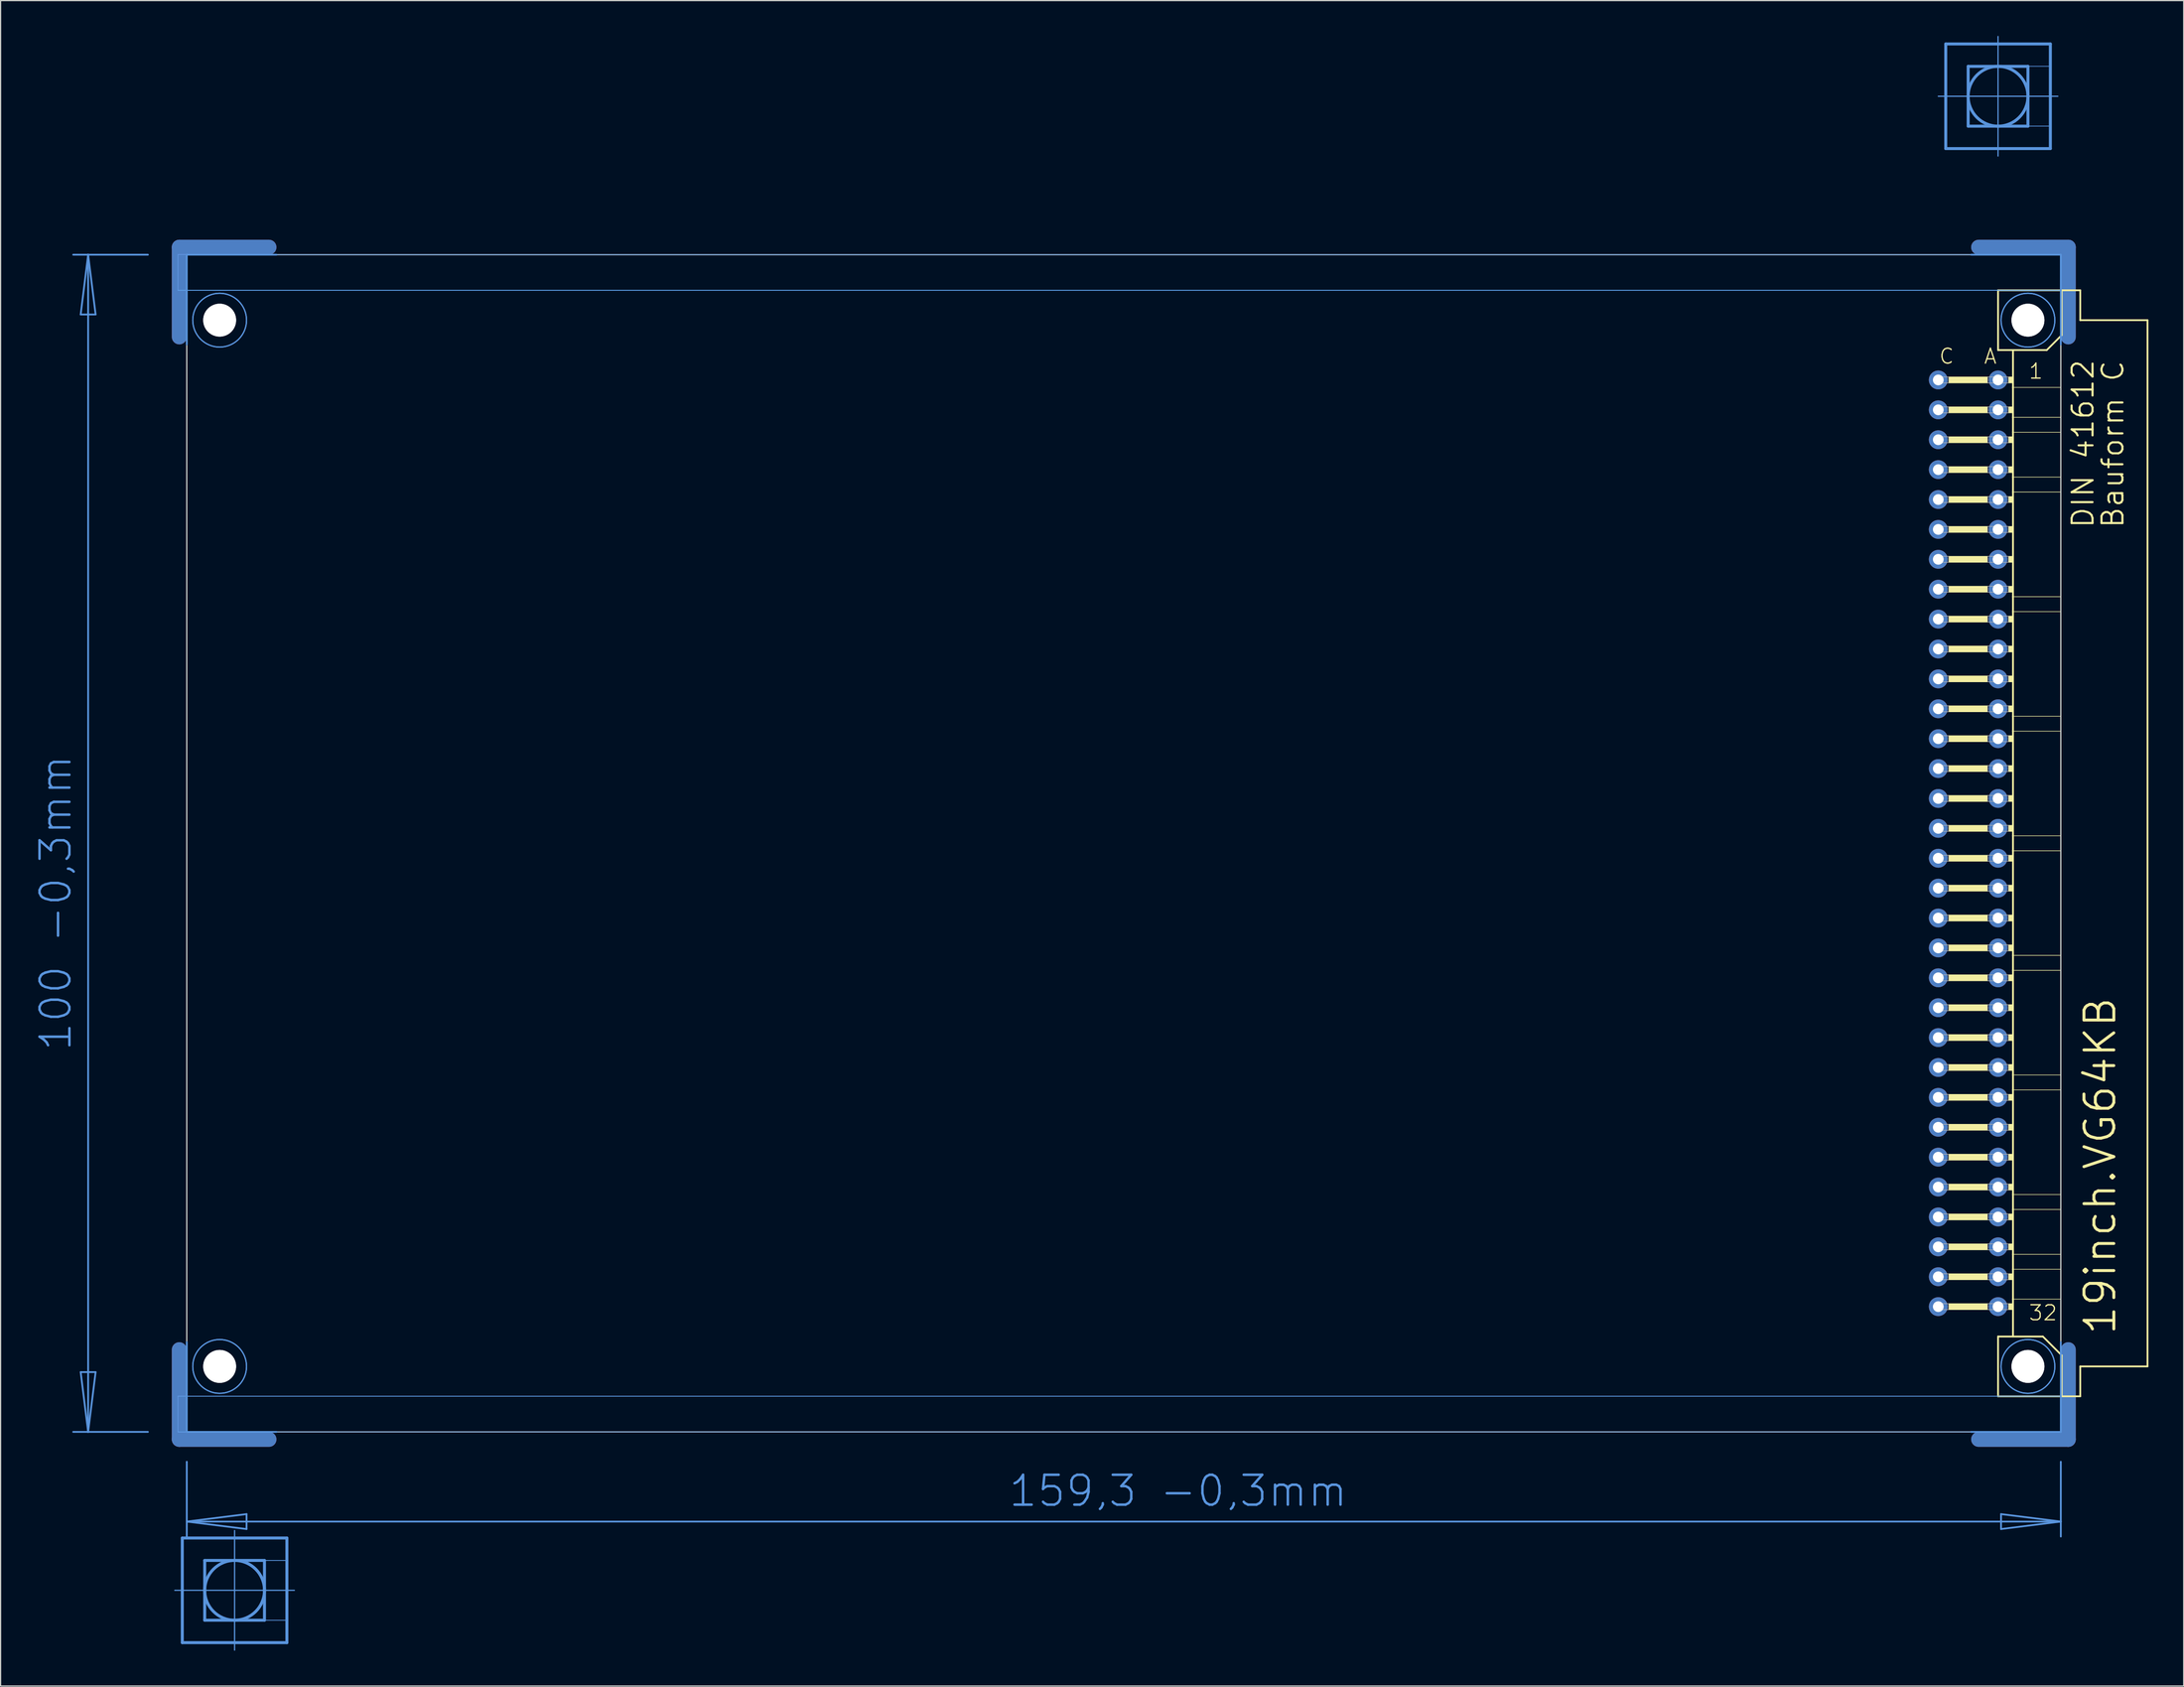
<source format=kicad_pcb>
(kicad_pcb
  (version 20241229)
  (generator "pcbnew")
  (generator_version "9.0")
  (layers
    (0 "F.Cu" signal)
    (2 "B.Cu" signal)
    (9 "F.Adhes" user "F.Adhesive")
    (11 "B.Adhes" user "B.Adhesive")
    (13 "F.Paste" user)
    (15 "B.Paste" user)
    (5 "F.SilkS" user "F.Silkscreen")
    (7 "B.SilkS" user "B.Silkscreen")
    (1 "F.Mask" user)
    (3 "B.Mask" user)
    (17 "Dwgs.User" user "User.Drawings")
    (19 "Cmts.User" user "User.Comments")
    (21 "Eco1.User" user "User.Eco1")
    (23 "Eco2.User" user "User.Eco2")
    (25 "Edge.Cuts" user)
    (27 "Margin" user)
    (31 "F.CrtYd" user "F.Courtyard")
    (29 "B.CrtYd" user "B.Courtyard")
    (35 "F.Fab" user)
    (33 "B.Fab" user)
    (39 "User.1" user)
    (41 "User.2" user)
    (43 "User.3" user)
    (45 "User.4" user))
  (footprint "19inch.VG64KB"
    (layer "F.Cu")
    (at 11.806 68.605)
    (property "Reference" "19inch.VG64KB" (at 165.1 41.91 90) (layer "F.SilkS") (effects (font (size 2.54 2.54) (thickness 0.25)) (justify left bottom)))
    (attr through_hole)
    (fp_line (start 0.381 -43.028) (end 0.381 -50.648) (stroke (width 1.27) (type default)) (layer "F.Cu"))
    (fp_line (start 0.381 43.028) (end 0.381 50.648) (stroke (width 1.27) (type default)) (layer "F.Cu"))
    (fp_line (start 8.001 -50.648) (end 0.381 -50.648) (stroke (width 1.27) (type default)) (layer "F.Cu"))
    (fp_line (start 8.001 50.648) (end 0.381 50.648) (stroke (width 1.27) (type default)) (layer "F.Cu"))
    (fp_line (start 153.289 -50.648) (end 160.909 -50.648) (stroke (width 1.27) (type default)) (layer "F.Cu"))
    (fp_line (start 153.289 50.648) (end 160.909 50.648) (stroke (width 1.27) (type default)) (layer "F.Cu"))
    (fp_line (start 160.909 -43.028) (end 160.909 -50.648) (stroke (width 1.27) (type default)) (layer "F.Cu"))
    (fp_line (start 160.909 43.028) (end 160.909 50.648) (stroke (width 1.27) (type default)) (layer "F.Cu"))
    (fp_line (start 1.016 -42.393) (end 1.016 -50.013) (stroke (width 0.152) (type default)) (layer "F.Mask"))
    (fp_line (start 1.016 42.393) (end 1.016 50.013) (stroke (width 0.152) (type default)) (layer "F.Mask"))
    (fp_line (start 8.636 -50.013) (end 1.016 -50.013) (stroke (width 0.152) (type default)) (layer "F.Mask"))
    (fp_line (start 8.636 50.013) (end 1.016 50.013) (stroke (width 0.152) (type default)) (layer "F.Mask"))
    (fp_line (start 152.654 -50.013) (end 160.274 -50.013) (stroke (width 0.152) (type default)) (layer "F.Mask"))
    (fp_line (start 152.654 50.013) (end 160.274 50.013) (stroke (width 0.152) (type default)) (layer "F.Mask"))
    (fp_line (start 160.274 -42.393) (end 160.274 -50.013) (stroke (width 0.152) (type default)) (layer "F.Mask"))
    (fp_line (start 160.274 42.393) (end 160.274 50.013) (stroke (width 0.152) (type default)) (layer "F.Mask"))
    (fp_line (start 0.381 -43.028) (end 0.381 -50.648) (stroke (width 1.27) (type default)) (layer "B.Cu"))
    (fp_line (start 0.381 43.028) (end 0.381 50.648) (stroke (width 1.27) (type default)) (layer "B.Cu"))
    (fp_line (start 8.001 -50.648) (end 0.381 -50.648) (stroke (width 1.27) (type default)) (layer "B.Cu"))
    (fp_line (start 8.001 50.648) (end 0.381 50.648) (stroke (width 1.27) (type default)) (layer "B.Cu"))
    (fp_line (start 153.289 -50.648) (end 160.909 -50.648) (stroke (width 1.27) (type default)) (layer "B.Cu"))
    (fp_line (start 153.289 50.648) (end 160.909 50.648) (stroke (width 1.27) (type default)) (layer "B.Cu"))
    (fp_line (start 160.909 -43.028) (end 160.909 -50.648) (stroke (width 1.27) (type default)) (layer "B.Cu"))
    (fp_line (start 160.909 43.028) (end 160.909 50.648) (stroke (width 1.27) (type default)) (layer "B.Cu"))
    (fp_line (start 1.016 -50.013) (end 8.636 -50.013) (stroke (width 0.152) (type default)) (layer "B.Mask"))
    (fp_line (start 1.016 -42.393) (end 1.016 -50.013) (stroke (width 0.152) (type default)) (layer "B.Mask"))
    (fp_line (start 1.016 50.013) (end 1.016 42.393) (stroke (width 0.152) (type default)) (layer "B.Mask"))
    (fp_line (start 8.636 50.013) (end 1.016 50.013) (stroke (width 0.152) (type default)) (layer "B.Mask"))
    (fp_line (start 152.654 -50.013) (end 160.274 -50.013) (stroke (width 0.152) (type default)) (layer "B.Mask"))
    (fp_line (start 160.274 -50.013) (end 160.274 -42.393) (stroke (width 0.152) (type default)) (layer "B.Mask"))
    (fp_line (start 160.274 42.393) (end 160.274 50.013) (stroke (width 0.152) (type default)) (layer "B.Mask"))
    (fp_line (start 160.274 50.013) (end 152.654 50.013) (stroke (width 0.152) (type default)) (layer "B.Mask"))
    (fp_line (start 154.94 -46.99) (end 154.94 -41.91) (stroke (width 0.152) (type default)) (layer "F.SilkS"))
    (fp_line (start 154.94 -41.91) (end 156.21 -41.91) (stroke (width 0.152) (type default)) (layer "F.SilkS"))
    (fp_line (start 154.94 41.91) (end 154.94 46.99) (stroke (width 0.152) (type default)) (layer "F.SilkS"))
    (fp_line (start 154.94 41.91) (end 156.21 41.91) (stroke (width 0.152) (type default)) (layer "F.SilkS"))
    (fp_line (start 154.94 46.99) (end 160.35 46.99) (stroke (width 0.152) (type default)) (layer "F.SilkS"))
    (fp_line (start 156.21 -41.91) (end 156.21 -38.735) (stroke (width 0.152) (type default)) (layer "F.SilkS"))
    (fp_line (start 156.21 -41.91) (end 159.08 -41.91) (stroke (width 0.152) (type default)) (layer "F.SilkS"))
    (fp_line (start 156.21 -38.735) (end 156.21 -36.195) (stroke (width 0.152) (type default)) (layer "F.SilkS"))
    (fp_line (start 156.21 -36.195) (end 156.21 -34.925) (stroke (width 0.152) (type default)) (layer "F.SilkS"))
    (fp_line (start 156.21 -34.925) (end 156.21 -31.115) (stroke (width 0.152) (type default)) (layer "F.SilkS"))
    (fp_line (start 156.21 -31.115) (end 156.21 -29.845) (stroke (width 0.152) (type default)) (layer "F.SilkS"))
    (fp_line (start 156.21 -29.845) (end 156.21 -20.955) (stroke (width 0.152) (type default)) (layer "F.SilkS"))
    (fp_line (start 156.21 -20.955) (end 156.21 -19.685) (stroke (width 0.152) (type default)) (layer "F.SilkS"))
    (fp_line (start 156.21 -19.685) (end 156.21 -10.795) (stroke (width 0.152) (type default)) (layer "F.SilkS"))
    (fp_line (start 156.21 -10.795) (end 156.21 -9.525) (stroke (width 0.152) (type default)) (layer "F.SilkS"))
    (fp_line (start 156.21 -9.525) (end 156.21 -0.635) (stroke (width 0.152) (type default)) (layer "F.SilkS"))
    (fp_line (start 156.21 -0.635) (end 156.21 0.635) (stroke (width 0.152) (type default)) (layer "F.SilkS"))
    (fp_line (start 156.21 0.635) (end 156.21 9.525) (stroke (width 0.152) (type default)) (layer "F.SilkS"))
    (fp_line (start 156.21 9.525) (end 156.21 10.795) (stroke (width 0.152) (type default)) (layer "F.SilkS"))
    (fp_line (start 156.21 10.795) (end 156.21 19.685) (stroke (width 0.152) (type default)) (layer "F.SilkS"))
    (fp_line (start 156.21 19.685) (end 156.21 20.955) (stroke (width 0.152) (type default)) (layer "F.SilkS"))
    (fp_line (start 156.21 20.955) (end 156.21 29.845) (stroke (width 0.152) (type default)) (layer "F.SilkS"))
    (fp_line (start 156.21 29.845) (end 156.21 31.115) (stroke (width 0.152) (type default)) (layer "F.SilkS"))
    (fp_line (start 156.21 31.115) (end 156.21 34.925) (stroke (width 0.152) (type default)) (layer "F.SilkS"))
    (fp_line (start 156.21 34.925) (end 156.21 36.195) (stroke (width 0.152) (type default)) (layer "F.SilkS"))
    (fp_line (start 156.21 36.195) (end 156.21 38.735) (stroke (width 0.152) (type default)) (layer "F.SilkS"))
    (fp_line (start 156.21 38.735) (end 156.21 41.91) (stroke (width 0.152) (type default)) (layer "F.SilkS"))
    (fp_line (start 156.21 41.91) (end 158.75 41.91) (stroke (width 0.152) (type default)) (layer "F.SilkS"))
    (fp_line (start 159.08 -41.91) (end 160.35 -43.18) (stroke (width 0.152) (type default)) (layer "F.SilkS"))
    (fp_line (start 160.274 -38.735) (end 156.21 -38.735) (stroke (width 0.051) (type default)) (layer "F.SilkS"))
    (fp_line (start 160.274 -38.735) (end 160.274 -36.195) (stroke (width 0.051) (type default)) (layer "F.SilkS"))
    (fp_line (start 160.274 -36.195) (end 156.21 -36.195) (stroke (width 0.051) (type default)) (layer "F.SilkS"))
    (fp_line (start 160.274 -34.925) (end 156.21 -34.925) (stroke (width 0.051) (type default)) (layer "F.SilkS"))
    (fp_line (start 160.274 -34.925) (end 160.274 -31.115) (stroke (width 0.051) (type default)) (layer "F.SilkS"))
    (fp_line (start 160.274 -31.115) (end 156.21 -31.115) (stroke (width 0.051) (type default)) (layer "F.SilkS"))
    (fp_line (start 160.274 -29.845) (end 156.21 -29.845) (stroke (width 0.051) (type default)) (layer "F.SilkS"))
    (fp_line (start 160.274 -29.845) (end 160.274 -20.955) (stroke (width 0.051) (type default)) (layer "F.SilkS"))
    (fp_line (start 160.274 -20.955) (end 156.21 -20.955) (stroke (width 0.051) (type default)) (layer "F.SilkS"))
    (fp_line (start 160.274 -19.685) (end 156.21 -19.685) (stroke (width 0.051) (type default)) (layer "F.SilkS"))
    (fp_line (start 160.274 -19.685) (end 160.274 -10.795) (stroke (width 0.051) (type default)) (layer "F.SilkS"))
    (fp_line (start 160.274 -10.795) (end 156.21 -10.795) (stroke (width 0.051) (type default)) (layer "F.SilkS"))
    (fp_line (start 160.274 -9.525) (end 156.21 -9.525) (stroke (width 0.051) (type default)) (layer "F.SilkS"))
    (fp_line (start 160.274 -9.525) (end 160.274 -0.635) (stroke (width 0.051) (type default)) (layer "F.SilkS"))
    (fp_line (start 160.274 -0.635) (end 156.21 -0.635) (stroke (width 0.051) (type default)) (layer "F.SilkS"))
    (fp_line (start 160.274 0.635) (end 156.21 0.635) (stroke (width 0.051) (type default)) (layer "F.SilkS"))
    (fp_line (start 160.274 0.635) (end 160.274 9.525) (stroke (width 0.051) (type default)) (layer "F.SilkS"))
    (fp_line (start 160.274 9.525) (end 156.21 9.525) (stroke (width 0.051) (type default)) (layer "F.SilkS"))
    (fp_line (start 160.274 10.795) (end 156.21 10.795) (stroke (width 0.051) (type default)) (layer "F.SilkS"))
    (fp_line (start 160.274 10.795) (end 160.274 19.685) (stroke (width 0.051) (type default)) (layer "F.SilkS"))
    (fp_line (start 160.274 19.685) (end 156.21 19.685) (stroke (width 0.051) (type default)) (layer "F.SilkS"))
    (fp_line (start 160.274 20.955) (end 156.21 20.955) (stroke (width 0.051) (type default)) (layer "F.SilkS"))
    (fp_line (start 160.274 20.955) (end 160.274 29.845) (stroke (width 0.051) (type default)) (layer "F.SilkS"))
    (fp_line (start 160.274 29.845) (end 156.21 29.845) (stroke (width 0.051) (type default)) (layer "F.SilkS"))
    (fp_line (start 160.274 31.115) (end 156.21 31.115) (stroke (width 0.051) (type default)) (layer "F.SilkS"))
    (fp_line (start 160.274 31.115) (end 160.274 34.925) (stroke (width 0.051) (type default)) (layer "F.SilkS"))
    (fp_line (start 160.274 34.925) (end 156.21 34.925) (stroke (width 0.051) (type default)) (layer "F.SilkS"))
    (fp_line (start 160.274 36.195) (end 156.21 36.195) (stroke (width 0.051) (type default)) (layer "F.SilkS"))
    (fp_line (start 160.274 36.195) (end 160.274 38.735) (stroke (width 0.051) (type default)) (layer "F.SilkS"))
    (fp_line (start 160.274 38.735) (end 156.21 38.735) (stroke (width 0.051) (type default)) (layer "F.SilkS"))
    (fp_line (start 160.35 -46.99) (end 154.94 -46.99) (stroke (width 0.152) (type default)) (layer "F.SilkS"))
    (fp_line (start 160.35 -43.18) (end 160.35 -46.99) (stroke (width 0.152) (type default)) (layer "F.SilkS"))
    (fp_line (start 160.35 43.51) (end 158.75 41.91) (stroke (width 0.152) (type default)) (layer "F.SilkS"))
    (fp_line (start 160.35 43.51) (end 160.35 46.99) (stroke (width 0.152) (type default)) (layer "F.SilkS"))
    (fp_line (start 160.35 46.99) (end 161.925 46.99) (stroke (width 0.152) (type default)) (layer "F.SilkS"))
    (fp_line (start 161.925 -46.99) (end 160.35 -46.99) (stroke (width 0.152) (type default)) (layer "F.SilkS"))
    (fp_line (start 161.925 -44.45) (end 161.925 -46.99) (stroke (width 0.152) (type default)) (layer "F.SilkS"))
    (fp_line (start 161.925 44.45) (end 167.64 44.45) (stroke (width 0.152) (type default)) (layer "F.SilkS"))
    (fp_line (start 161.925 46.99) (end 161.925 44.45) (stroke (width 0.152) (type default)) (layer "F.SilkS"))
    (fp_line (start 167.64 -44.45) (end 161.925 -44.45) (stroke (width 0.152) (type default)) (layer "F.SilkS"))
    (fp_line (start 167.64 44.45) (end 167.64 -44.45) (stroke (width 0.152) (type default)) (layer "F.SilkS"))
    (fp_rect (start 150.749 -39.116) (end 154.051 -39.624) (stroke (width 0.05) (type default)) (fill yes) (layer "F.SilkS"))
    (fp_rect (start 150.749 -36.576) (end 154.051 -37.084) (stroke (width 0.05) (type default)) (fill yes) (layer "F.SilkS"))
    (fp_rect (start 150.749 -34.036) (end 154.051 -34.544) (stroke (width 0.05) (type default)) (fill yes) (layer "F.SilkS"))
    (fp_rect (start 150.749 -31.496) (end 154.051 -32.004) (stroke (width 0.05) (type default)) (fill yes) (layer "F.SilkS"))
    (fp_rect (start 150.749 -28.956) (end 154.051 -29.464) (stroke (width 0.05) (type default)) (fill yes) (layer "F.SilkS"))
    (fp_rect (start 150.749 -26.416) (end 154.051 -26.924) (stroke (width 0.05) (type default)) (fill yes) (layer "F.SilkS"))
    (fp_rect (start 150.749 -23.876) (end 154.051 -24.384) (stroke (width 0.05) (type default)) (fill yes) (layer "F.SilkS"))
    (fp_rect (start 150.749 -21.336) (end 154.051 -21.844) (stroke (width 0.05) (type default)) (fill yes) (layer "F.SilkS"))
    (fp_rect (start 150.749 -18.796) (end 154.051 -19.304) (stroke (width 0.05) (type default)) (fill yes) (layer "F.SilkS"))
    (fp_rect (start 150.749 -16.256) (end 154.051 -16.764) (stroke (width 0.05) (type default)) (fill yes) (layer "F.SilkS"))
    (fp_rect (start 150.749 -13.716) (end 154.051 -14.224) (stroke (width 0.05) (type default)) (fill yes) (layer "F.SilkS"))
    (fp_rect (start 150.749 -11.176) (end 154.051 -11.684) (stroke (width 0.05) (type default)) (fill yes) (layer "F.SilkS"))
    (fp_rect (start 150.749 -8.636) (end 154.051 -9.144) (stroke (width 0.05) (type default)) (fill yes) (layer "F.SilkS"))
    (fp_rect (start 150.749 -6.096) (end 154.051 -6.604) (stroke (width 0.05) (type default)) (fill yes) (layer "F.SilkS"))
    (fp_rect (start 150.749 -3.556) (end 154.051 -4.064) (stroke (width 0.05) (type default)) (fill yes) (layer "F.SilkS"))
    (fp_rect (start 150.749 -1.016) (end 154.051 -1.524) (stroke (width 0.05) (type default)) (fill yes) (layer "F.SilkS"))
    (fp_rect (start 150.749 1.524) (end 154.051 1.016) (stroke (width 0.05) (type default)) (fill yes) (layer "F.SilkS"))
    (fp_rect (start 150.749 4.064) (end 154.051 3.556) (stroke (width 0.05) (type default)) (fill yes) (layer "F.SilkS"))
    (fp_rect (start 150.749 6.604) (end 154.051 6.096) (stroke (width 0.05) (type default)) (fill yes) (layer "F.SilkS"))
    (fp_rect (start 150.749 9.144) (end 154.051 8.636) (stroke (width 0.05) (type default)) (fill yes) (layer "F.SilkS"))
    (fp_rect (start 150.749 11.684) (end 154.051 11.176) (stroke (width 0.05) (type default)) (fill yes) (layer "F.SilkS"))
    (fp_rect (start 150.749 14.224) (end 154.051 13.716) (stroke (width 0.05) (type default)) (fill yes) (layer "F.SilkS"))
    (fp_rect (start 150.749 16.764) (end 154.051 16.256) (stroke (width 0.05) (type default)) (fill yes) (layer "F.SilkS"))
    (fp_rect (start 150.749 19.304) (end 154.051 18.796) (stroke (width 0.05) (type default)) (fill yes) (layer "F.SilkS"))
    (fp_rect (start 150.749 21.844) (end 154.051 21.336) (stroke (width 0.05) (type default)) (fill yes) (layer "F.SilkS"))
    (fp_rect (start 150.749 24.384) (end 154.051 23.876) (stroke (width 0.05) (type default)) (fill yes) (layer "F.SilkS"))
    (fp_rect (start 150.749 26.924) (end 154.051 26.416) (stroke (width 0.05) (type default)) (fill yes) (layer "F.SilkS"))
    (fp_rect (start 150.749 29.464) (end 154.051 28.956) (stroke (width 0.05) (type default)) (fill yes) (layer "F.SilkS"))
    (fp_rect (start 150.749 32.004) (end 154.051 31.496) (stroke (width 0.05) (type default)) (fill yes) (layer "F.SilkS"))
    (fp_rect (start 150.749 34.544) (end 154.051 34.036) (stroke (width 0.05) (type default)) (fill yes) (layer "F.SilkS"))
    (fp_rect (start 150.749 37.084) (end 154.051 36.576) (stroke (width 0.05) (type default)) (fill yes) (layer "F.SilkS"))
    (fp_rect (start 150.749 39.624) (end 154.051 39.116) (stroke (width 0.05) (type default)) (fill yes) (layer "F.SilkS"))
    (fp_rect (start 155.829 -39.116) (end 156.21 -39.624) (stroke (width 0.05) (type default)) (fill yes) (layer "F.SilkS"))
    (fp_rect (start 155.829 -36.576) (end 156.21 -37.084) (stroke (width 0.05) (type default)) (fill yes) (layer "F.SilkS"))
    (fp_rect (start 155.829 -34.036) (end 156.21 -34.544) (stroke (width 0.05) (type default)) (fill yes) (layer "F.SilkS"))
    (fp_rect (start 155.829 -31.496) (end 156.21 -32.004) (stroke (width 0.05) (type default)) (fill yes) (layer "F.SilkS"))
    (fp_rect (start 155.829 -28.956) (end 156.21 -29.464) (stroke (width 0.05) (type default)) (fill yes) (layer "F.SilkS"))
    (fp_rect (start 155.829 -26.416) (end 156.21 -26.924) (stroke (width 0.05) (type default)) (fill yes) (layer "F.SilkS"))
    (fp_rect (start 155.829 -23.876) (end 156.21 -24.384) (stroke (width 0.05) (type default)) (fill yes) (layer "F.SilkS"))
    (fp_rect (start 155.829 -21.336) (end 156.21 -21.844) (stroke (width 0.05) (type default)) (fill yes) (layer "F.SilkS"))
    (fp_rect (start 155.829 -18.796) (end 156.21 -19.304) (stroke (width 0.05) (type default)) (fill yes) (layer "F.SilkS"))
    (fp_rect (start 155.829 -16.256) (end 156.21 -16.764) (stroke (width 0.05) (type default)) (fill yes) (layer "F.SilkS"))
    (fp_rect (start 155.829 -13.716) (end 156.21 -14.224) (stroke (width 0.05) (type default)) (fill yes) (layer "F.SilkS"))
    (fp_rect (start 155.829 -11.176) (end 156.21 -11.684) (stroke (width 0.05) (type default)) (fill yes) (layer "F.SilkS"))
    (fp_rect (start 155.829 -8.636) (end 156.21 -9.144) (stroke (width 0.05) (type default)) (fill yes) (layer "F.SilkS"))
    (fp_rect (start 155.829 -6.096) (end 156.21 -6.604) (stroke (width 0.05) (type default)) (fill yes) (layer "F.SilkS"))
    (fp_rect (start 155.829 -3.556) (end 156.21 -4.064) (stroke (width 0.05) (type default)) (fill yes) (layer "F.SilkS"))
    (fp_rect (start 155.829 -1.016) (end 156.21 -1.524) (stroke (width 0.05) (type default)) (fill yes) (layer "F.SilkS"))
    (fp_rect (start 155.829 1.524) (end 156.21 1.016) (stroke (width 0.05) (type default)) (fill yes) (layer "F.SilkS"))
    (fp_rect (start 155.829 4.064) (end 156.21 3.556) (stroke (width 0.05) (type default)) (fill yes) (layer "F.SilkS"))
    (fp_rect (start 155.829 6.604) (end 156.21 6.096) (stroke (width 0.05) (type default)) (fill yes) (layer "F.SilkS"))
    (fp_rect (start 155.829 9.144) (end 156.21 8.636) (stroke (width 0.05) (type default)) (fill yes) (layer "F.SilkS"))
    (fp_rect (start 155.829 11.684) (end 156.21 11.176) (stroke (width 0.05) (type default)) (fill yes) (layer "F.SilkS"))
    (fp_rect (start 155.829 14.224) (end 156.21 13.716) (stroke (width 0.05) (type default)) (fill yes) (layer "F.SilkS"))
    (fp_rect (start 155.829 16.764) (end 156.21 16.256) (stroke (width 0.05) (type default)) (fill yes) (layer "F.SilkS"))
    (fp_rect (start 155.829 19.304) (end 156.21 18.796) (stroke (width 0.05) (type default)) (fill yes) (layer "F.SilkS"))
    (fp_rect (start 155.829 21.844) (end 156.21 21.336) (stroke (width 0.05) (type default)) (fill yes) (layer "F.SilkS"))
    (fp_rect (start 155.829 24.384) (end 156.21 23.876) (stroke (width 0.05) (type default)) (fill yes) (layer "F.SilkS"))
    (fp_rect (start 155.829 26.924) (end 156.21 26.416) (stroke (width 0.05) (type default)) (fill yes) (layer "F.SilkS"))
    (fp_rect (start 155.829 29.464) (end 156.21 28.956) (stroke (width 0.05) (type default)) (fill yes) (layer "F.SilkS"))
    (fp_rect (start 155.829 32.004) (end 156.21 31.496) (stroke (width 0.05) (type default)) (fill yes) (layer "F.SilkS"))
    (fp_rect (start 155.829 34.544) (end 156.21 34.036) (stroke (width 0.05) (type default)) (fill yes) (layer "F.SilkS"))
    (fp_rect (start 155.829 37.084) (end 156.21 36.576) (stroke (width 0.05) (type default)) (fill yes) (layer "F.SilkS"))
    (fp_rect (start 155.829 39.624) (end 156.21 39.116) (stroke (width 0.05) (type default)) (fill yes) (layer "F.SilkS"))
    (fp_circle (center 157.48 -44.45) (end 158.75 -44.45) (stroke (width 0.152) (type default)) (fill no) (layer "F.SilkS"))
    (fp_circle (center 157.48 44.45) (end 158.75 44.45) (stroke (width 0.152) (type default)) (fill no) (layer "F.SilkS"))
    (fp_line (start -8.636 -50.013) (end -7.366 -50.013) (stroke (width 0.152) (type default)) (layer "Cmts.User"))
    (fp_line (start -8.636 50.013) (end -7.366 50.013) (stroke (width 0.152) (type default)) (layer "Cmts.User"))
    (fp_line (start -8.001 -44.933) (end -7.366 -50.013) (stroke (width 0.152) (type default)) (layer "Cmts.User"))
    (fp_line (start -8.001 44.933) (end -6.731 44.933) (stroke (width 0.152) (type default)) (layer "Cmts.User"))
    (fp_line (start -7.366 -50.013) (end -6.731 -44.933) (stroke (width 0.152) (type default)) (layer "Cmts.User"))
    (fp_line (start -7.366 -50.013) (end -2.286 -50.013) (stroke (width 0.152) (type default)) (layer "Cmts.User"))
    (fp_line (start -7.366 50.013) (end -8.001 44.933) (stroke (width 0.152) (type default)) (layer "Cmts.User"))
    (fp_line (start -7.366 50.013) (end -7.366 -50.013) (stroke (width 0.152) (type default)) (layer "Cmts.User"))
    (fp_line (start -7.366 50.013) (end -2.286 50.013) (stroke (width 0.152) (type default)) (layer "Cmts.User"))
    (fp_line (start -6.731 -44.933) (end -8.001 -44.933) (stroke (width 0.152) (type default)) (layer "Cmts.User"))
    (fp_line (start -6.731 44.933) (end -7.366 50.013) (stroke (width 0.152) (type default)) (layer "Cmts.User"))
    (fp_line (start 0 63.475) (end 0.635 63.475) (stroke (width 0.102) (type default)) (layer "Cmts.User"))
    (fp_line (start 0.635 59.03) (end 9.525 59.03) (stroke (width 0.254) (type default)) (layer "Cmts.User"))
    (fp_line (start 0.635 63.475) (end 0.635 59.03) (stroke (width 0.254) (type default)) (layer "Cmts.User"))
    (fp_line (start 0.635 63.475) (end 10.16 63.475) (stroke (width 0.102) (type default)) (layer "Cmts.User"))
    (fp_line (start 0.635 67.92) (end 0.635 63.475) (stroke (width 0.254) (type default)) (layer "Cmts.User"))
    (fp_line (start 1.016 -50.013) (end 8.636 -50.013) (stroke (width 0.152) (type default)) (layer "Cmts.User"))
    (fp_line (start 1.016 -42.393) (end 1.016 -50.013) (stroke (width 0.152) (type default)) (layer "Cmts.User"))
    (fp_line (start 1.016 50.013) (end 1.016 42.393) (stroke (width 0.152) (type default)) (layer "Cmts.User"))
    (fp_line (start 1.016 57.633) (end 1.016 52.553) (stroke (width 0.152) (type default)) (layer "Cmts.User"))
    (fp_line (start 1.016 57.633) (end 6.096 56.998) (stroke (width 0.152) (type default)) (layer "Cmts.User"))
    (fp_line (start 1.016 57.633) (end 160.274 57.633) (stroke (width 0.152) (type default)) (layer "Cmts.User"))
    (fp_line (start 1.016 58.903) (end 1.016 57.633) (stroke (width 0.152) (type default)) (layer "Cmts.User"))
    (fp_line (start 2.54 60.935) (end 2.54 66.015) (stroke (width 0.254) (type default)) (layer "Cmts.User"))
    (fp_line (start 2.54 66.015) (end 7.62 66.015) (stroke (width 0.254) (type default)) (layer "Cmts.User"))
    (fp_line (start 5.08 68.555) (end 5.08 58.395) (stroke (width 0.102) (type default)) (layer "Cmts.User"))
    (fp_line (start 6.096 56.998) (end 6.096 58.268) (stroke (width 0.152) (type default)) (layer "Cmts.User"))
    (fp_line (start 6.096 58.268) (end 1.016 57.633) (stroke (width 0.152) (type default)) (layer "Cmts.User"))
    (fp_line (start 7.62 60.935) (end 2.54 60.935) (stroke (width 0.254) (type default)) (layer "Cmts.User"))
    (fp_line (start 7.62 66.015) (end 7.62 60.935) (stroke (width 0.254) (type default)) (layer "Cmts.User"))
    (fp_line (start 8.636 50.013) (end 1.016 50.013) (stroke (width 0.152) (type default)) (layer "Cmts.User"))
    (fp_line (start 9.525 59.03) (end 9.525 67.92) (stroke (width 0.254) (type default)) (layer "Cmts.User"))
    (fp_line (start 9.525 67.92) (end 0.635 67.92) (stroke (width 0.254) (type default)) (layer "Cmts.User"))
    (fp_line (start 149.86 -63.475) (end 150.495 -63.475) (stroke (width 0.102) (type default)) (layer "Cmts.User"))
    (fp_line (start 150.495 -67.92) (end 159.385 -67.92) (stroke (width 0.254) (type default)) (layer "Cmts.User"))
    (fp_line (start 150.495 -63.475) (end 150.495 -67.92) (stroke (width 0.254) (type default)) (layer "Cmts.User"))
    (fp_line (start 150.495 -63.475) (end 160.02 -63.475) (stroke (width 0.102) (type default)) (layer "Cmts.User"))
    (fp_line (start 150.495 -59.03) (end 150.495 -63.475) (stroke (width 0.254) (type default)) (layer "Cmts.User"))
    (fp_line (start 152.4 -66.015) (end 152.4 -60.935) (stroke (width 0.254) (type default)) (layer "Cmts.User"))
    (fp_line (start 152.4 -60.935) (end 157.48 -60.935) (stroke (width 0.254) (type default)) (layer "Cmts.User"))
    (fp_line (start 152.654 -50.013) (end 160.274 -50.013) (stroke (width 0.152) (type default)) (layer "Cmts.User"))
    (fp_line (start 154.94 -58.395) (end 154.94 -68.555) (stroke (width 0.102) (type default)) (layer "Cmts.User"))
    (fp_line (start 155.194 56.998) (end 160.274 57.633) (stroke (width 0.152) (type default)) (layer "Cmts.User"))
    (fp_line (start 155.194 58.268) (end 155.194 56.998) (stroke (width 0.152) (type default)) (layer "Cmts.User"))
    (fp_line (start 157.48 -66.015) (end 152.4 -66.015) (stroke (width 0.254) (type default)) (layer "Cmts.User"))
    (fp_line (start 157.48 -60.935) (end 157.48 -66.015) (stroke (width 0.254) (type default)) (layer "Cmts.User"))
    (fp_line (start 159.385 -67.92) (end 159.385 -59.03) (stroke (width 0.254) (type default)) (layer "Cmts.User"))
    (fp_line (start 159.385 -59.03) (end 150.495 -59.03) (stroke (width 0.254) (type default)) (layer "Cmts.User"))
    (fp_line (start 160.274 -50.013) (end 160.274 -42.393) (stroke (width 0.152) (type default)) (layer "Cmts.User"))
    (fp_line (start 160.274 42.393) (end 160.274 50.013) (stroke (width 0.152) (type default)) (layer "Cmts.User"))
    (fp_line (start 160.274 50.013) (end 152.654 50.013) (stroke (width 0.152) (type default)) (layer "Cmts.User"))
    (fp_line (start 160.274 57.633) (end 155.194 58.268) (stroke (width 0.152) (type default)) (layer "Cmts.User"))
    (fp_line (start 160.274 57.633) (end 160.274 52.553) (stroke (width 0.152) (type default)) (layer "Cmts.User"))
    (fp_line (start 160.274 58.903) (end 160.274 57.633) (stroke (width 0.152) (type default)) (layer "Cmts.User"))
    (fp_rect (start 0.254 -46.99) (end 160.274 -50.013) (stroke (width 0.05) (type default)) (fill no) (layer "Cmts.User"))
    (fp_rect (start 0.254 50.013) (end 160.274 46.99) (stroke (width 0.05) (type default)) (fill no) (layer "Cmts.User"))
    (fp_rect (start 5.08 60.935) (end 9.525 59.03) (stroke (width 0.05) (type default)) (fill no) (layer "Cmts.User"))
    (fp_rect (start 5.08 67.92) (end 9.525 66.015) (stroke (width 0.05) (type default)) (fill no) (layer "Cmts.User"))
    (fp_rect (start 7.62 66.015) (end 9.525 60.935) (stroke (width 0.05) (type default)) (fill no) (layer "Cmts.User"))
    (fp_rect (start 154.94 -66.015) (end 159.385 -67.92) (stroke (width 0.05) (type default)) (fill no) (layer "Cmts.User"))
    (fp_rect (start 154.94 -59.03) (end 159.385 -60.935) (stroke (width 0.05) (type default)) (fill no) (layer "Cmts.User"))
    (fp_rect (start 157.48 -60.935) (end 159.385 -66.015) (stroke (width 0.05) (type default)) (fill no) (layer "Cmts.User"))
    (fp_circle (center 3.81 -44.45) (end 6.096 -44.45) (stroke (width 0.1) (type default)) (fill no) (layer "Cmts.User"))
    (fp_circle (center 3.81 -44.45) (end 6.096 -44.45) (stroke (width 0.1) (type default)) (fill no) (layer "Cmts.User"))
    (fp_circle (center 3.81 44.45) (end 6.096 44.45) (stroke (width 0.1) (type default)) (fill no) (layer "Cmts.User"))
    (fp_circle (center 3.81 44.45) (end 6.096 44.45) (stroke (width 0.1) (type default)) (fill no) (layer "Cmts.User"))
    (fp_circle (center 5.08 63.475) (end 7.62 63.475) (stroke (width 0.254) (type default)) (fill no) (layer "Cmts.User"))
    (fp_circle (center 154.94 -63.475) (end 157.48 -63.475) (stroke (width 0.254) (type default)) (fill no) (layer "Cmts.User"))
    (fp_circle (center 157.48 -44.45) (end 159.766 -44.45) (stroke (width 0.1) (type default)) (fill no) (layer "Cmts.User"))
    (fp_circle (center 157.48 -44.45) (end 159.766 -44.45) (stroke (width 0.1) (type default)) (fill no) (layer "Cmts.User"))
    (fp_circle (center 157.48 44.45) (end 159.766 44.45) (stroke (width 0.1) (type default)) (fill no) (layer "Cmts.User"))
    (fp_circle (center 157.48 44.45) (end 159.766 44.45) (stroke (width 0.1) (type default)) (fill no) (layer "Cmts.User"))
    (fp_line (start 1.016 -50.013) (end 1.016 50.013) (stroke (width 0.1) (type default)) (layer "Edge.Cuts"))
    (fp_line (start 1.016 50.013) (end 160.274 50.013) (stroke (width 0.1) (type default)) (layer "Edge.Cuts"))
    (fp_line (start 160.274 -50.013) (end 1.016 -50.013) (stroke (width 0.1) (type default)) (layer "Edge.Cuts"))
    (fp_line (start 160.274 50.013) (end 160.274 -50.013) (stroke (width 0.1) (type default)) (layer "Edge.Cuts"))
    (fp_line (start 1.016 -46.99) (end 1.016 -50.013) (stroke (width 0.051) (type default)) (layer "B.CrtYd"))
    (fp_line (start 1.016 46.99) (end 1.016 50.013) (stroke (width 0.051) (type default)) (layer "B.CrtYd"))
    (fp_line (start 160.274 -50.013) (end 160.274 -46.99) (stroke (width 0.051) (type default)) (layer "B.CrtYd"))
    (fp_line (start 160.274 50.013) (end 160.274 46.99) (stroke (width 0.051) (type default)) (layer "B.CrtYd"))
    (fp_rect (start 0.254 -46.99) (end 160.274 -50.013) (stroke (width 0.05) (type default)) (fill no) (layer "B.CrtYd"))
    (fp_rect (start 0.254 50.013) (end 160.274 46.99) (stroke (width 0.05) (type default)) (fill no) (layer "B.CrtYd"))
    (fp_line (start 1.016 -46.99) (end 1.016 -50.013) (stroke (width 0.051) (type default)) (layer "F.CrtYd"))
    (fp_line (start 1.016 46.99) (end 1.016 50.013) (stroke (width 0.051) (type default)) (layer "F.CrtYd"))
    (fp_line (start 160.274 -50.013) (end 160.274 -46.99) (stroke (width 0.051) (type default)) (layer "F.CrtYd"))
    (fp_line (start 160.274 50.013) (end 160.274 46.99) (stroke (width 0.051) (type default)) (layer "F.CrtYd"))
    (fp_rect (start 0.254 -46.99) (end 160.274 -50.013) (stroke (width 0.05) (type default)) (fill no) (layer "F.CrtYd"))
    (fp_rect (start 0.254 50.013) (end 160.274 46.99) (stroke (width 0.05) (type default)) (fill no) (layer "F.CrtYd"))
    (fp_rect (start 149.606 -39.116) (end 150.749 -39.624) (stroke (width 0.05) (type default)) (fill no) (layer "F.Fab"))
    (fp_rect (start 149.606 -36.576) (end 150.749 -37.084) (stroke (width 0.05) (type default)) (fill no) (layer "F.Fab"))
    (fp_rect (start 149.606 -34.036) (end 150.749 -34.544) (stroke (width 0.05) (type default)) (fill no) (layer "F.Fab"))
    (fp_rect (start 149.606 -31.496) (end 150.749 -32.004) (stroke (width 0.05) (type default)) (fill no) (layer "F.Fab"))
    (fp_rect (start 149.606 -28.956) (end 150.749 -29.464) (stroke (width 0.05) (type default)) (fill no) (layer "F.Fab"))
    (fp_rect (start 149.606 -26.416) (end 150.749 -26.924) (stroke (width 0.05) (type default)) (fill no) (layer "F.Fab"))
    (fp_rect (start 149.606 -23.876) (end 150.749 -24.384) (stroke (width 0.05) (type default)) (fill no) (layer "F.Fab"))
    (fp_rect (start 149.606 -21.336) (end 150.749 -21.844) (stroke (width 0.05) (type default)) (fill no) (layer "F.Fab"))
    (fp_rect (start 149.606 -18.796) (end 150.749 -19.304) (stroke (width 0.05) (type default)) (fill no) (layer "F.Fab"))
    (fp_rect (start 149.606 -16.256) (end 150.749 -16.764) (stroke (width 0.05) (type default)) (fill no) (layer "F.Fab"))
    (fp_rect (start 149.606 -13.716) (end 150.749 -14.224) (stroke (width 0.05) (type default)) (fill no) (layer "F.Fab"))
    (fp_rect (start 149.606 -11.176) (end 150.749 -11.684) (stroke (width 0.05) (type default)) (fill no) (layer "F.Fab"))
    (fp_rect (start 149.606 -8.636) (end 150.749 -9.144) (stroke (width 0.05) (type default)) (fill no) (layer "F.Fab"))
    (fp_rect (start 149.606 -6.096) (end 150.749 -6.604) (stroke (width 0.05) (type default)) (fill no) (layer "F.Fab"))
    (fp_rect (start 149.606 -3.556) (end 150.749 -4.064) (stroke (width 0.05) (type default)) (fill no) (layer "F.Fab"))
    (fp_rect (start 149.606 -1.016) (end 150.749 -1.524) (stroke (width 0.05) (type default)) (fill no) (layer "F.Fab"))
    (fp_rect (start 149.606 1.524) (end 150.749 1.016) (stroke (width 0.05) (type default)) (fill no) (layer "F.Fab"))
    (fp_rect (start 149.606 4.064) (end 150.749 3.556) (stroke (width 0.05) (type default)) (fill no) (layer "F.Fab"))
    (fp_rect (start 149.606 6.604) (end 150.749 6.096) (stroke (width 0.05) (type default)) (fill no) (layer "F.Fab"))
    (fp_rect (start 149.606 9.144) (end 150.749 8.636) (stroke (width 0.05) (type default)) (fill no) (layer "F.Fab"))
    (fp_rect (start 149.606 11.684) (end 150.749 11.176) (stroke (width 0.05) (type default)) (fill no) (layer "F.Fab"))
    (fp_rect (start 149.606 14.224) (end 150.749 13.716) (stroke (width 0.05) (type default)) (fill no) (layer "F.Fab"))
    (fp_rect (start 149.606 16.764) (end 150.749 16.256) (stroke (width 0.05) (type default)) (fill no) (layer "F.Fab"))
    (fp_rect (start 149.606 19.304) (end 150.749 18.796) (stroke (width 0.05) (type default)) (fill no) (layer "F.Fab"))
    (fp_rect (start 149.606 21.844) (end 150.749 21.336) (stroke (width 0.05) (type default)) (fill no) (layer "F.Fab"))
    (fp_rect (start 149.606 24.384) (end 150.749 23.876) (stroke (width 0.05) (type default)) (fill no) (layer "F.Fab"))
    (fp_rect (start 149.606 26.924) (end 150.749 26.416) (stroke (width 0.05) (type default)) (fill no) (layer "F.Fab"))
    (fp_rect (start 149.606 29.464) (end 150.749 28.956) (stroke (width 0.05) (type default)) (fill no) (layer "F.Fab"))
    (fp_rect (start 149.606 32.004) (end 150.749 31.496) (stroke (width 0.05) (type default)) (fill no) (layer "F.Fab"))
    (fp_rect (start 149.606 34.544) (end 150.749 34.036) (stroke (width 0.05) (type default)) (fill no) (layer "F.Fab"))
    (fp_rect (start 149.606 37.084) (end 150.749 36.576) (stroke (width 0.05) (type default)) (fill no) (layer "F.Fab"))
    (fp_rect (start 149.606 39.624) (end 150.749 39.116) (stroke (width 0.05) (type default)) (fill no) (layer "F.Fab"))
    (fp_rect (start 154.051 -39.116) (end 155.829 -39.624) (stroke (width 0.05) (type default)) (fill no) (layer "F.Fab"))
    (fp_rect (start 154.051 -36.576) (end 155.829 -37.084) (stroke (width 0.05) (type default)) (fill no) (layer "F.Fab"))
    (fp_rect (start 154.051 -34.036) (end 155.829 -34.544) (stroke (width 0.05) (type default)) (fill no) (layer "F.Fab"))
    (fp_rect (start 154.051 -31.496) (end 155.829 -32.004) (stroke (width 0.05) (type default)) (fill no) (layer "F.Fab"))
    (fp_rect (start 154.051 -28.956) (end 155.829 -29.464) (stroke (width 0.05) (type default)) (fill no) (layer "F.Fab"))
    (fp_rect (start 154.051 -26.416) (end 155.829 -26.924) (stroke (width 0.05) (type default)) (fill no) (layer "F.Fab"))
    (fp_rect (start 154.051 -23.876) (end 155.829 -24.384) (stroke (width 0.05) (type default)) (fill no) (layer "F.Fab"))
    (fp_rect (start 154.051 -21.336) (end 155.829 -21.844) (stroke (width 0.05) (type default)) (fill no) (layer "F.Fab"))
    (fp_rect (start 154.051 -18.796) (end 155.829 -19.304) (stroke (width 0.05) (type default)) (fill no) (layer "F.Fab"))
    (fp_rect (start 154.051 -16.256) (end 155.829 -16.764) (stroke (width 0.05) (type default)) (fill no) (layer "F.Fab"))
    (fp_rect (start 154.051 -13.716) (end 155.829 -14.224) (stroke (width 0.05) (type default)) (fill no) (layer "F.Fab"))
    (fp_rect (start 154.051 -11.176) (end 155.829 -11.684) (stroke (width 0.05) (type default)) (fill no) (layer "F.Fab"))
    (fp_rect (start 154.051 -8.636) (end 155.829 -9.144) (stroke (width 0.05) (type default)) (fill no) (layer "F.Fab"))
    (fp_rect (start 154.051 -6.096) (end 155.829 -6.604) (stroke (width 0.05) (type default)) (fill no) (layer "F.Fab"))
    (fp_rect (start 154.051 -3.556) (end 155.829 -4.064) (stroke (width 0.05) (type default)) (fill no) (layer "F.Fab"))
    (fp_rect (start 154.051 -1.016) (end 155.829 -1.524) (stroke (width 0.05) (type default)) (fill no) (layer "F.Fab"))
    (fp_rect (start 154.051 1.524) (end 155.829 1.016) (stroke (width 0.05) (type default)) (fill no) (layer "F.Fab"))
    (fp_rect (start 154.051 4.064) (end 155.829 3.556) (stroke (width 0.05) (type default)) (fill no) (layer "F.Fab"))
    (fp_rect (start 154.051 6.604) (end 155.829 6.096) (stroke (width 0.05) (type default)) (fill no) (layer "F.Fab"))
    (fp_rect (start 154.051 9.144) (end 155.829 8.636) (stroke (width 0.05) (type default)) (fill no) (layer "F.Fab"))
    (fp_rect (start 154.051 11.684) (end 155.829 11.176) (stroke (width 0.05) (type default)) (fill no) (layer "F.Fab"))
    (fp_rect (start 154.051 14.224) (end 155.829 13.716) (stroke (width 0.05) (type default)) (fill no) (layer "F.Fab"))
    (fp_rect (start 154.051 16.764) (end 155.829 16.256) (stroke (width 0.05) (type default)) (fill no) (layer "F.Fab"))
    (fp_rect (start 154.051 19.304) (end 155.829 18.796) (stroke (width 0.05) (type default)) (fill no) (layer "F.Fab"))
    (fp_rect (start 154.051 21.844) (end 155.829 21.336) (stroke (width 0.05) (type default)) (fill no) (layer "F.Fab"))
    (fp_rect (start 154.051 24.384) (end 155.829 23.876) (stroke (width 0.05) (type default)) (fill no) (layer "F.Fab"))
    (fp_rect (start 154.051 26.924) (end 155.829 26.416) (stroke (width 0.05) (type default)) (fill no) (layer "F.Fab"))
    (fp_rect (start 154.051 29.464) (end 155.829 28.956) (stroke (width 0.05) (type default)) (fill no) (layer "F.Fab"))
    (fp_rect (start 154.051 32.004) (end 155.829 31.496) (stroke (width 0.05) (type default)) (fill no) (layer "F.Fab"))
    (fp_rect (start 154.051 34.544) (end 155.829 34.036) (stroke (width 0.05) (type default)) (fill no) (layer "F.Fab"))
    (fp_rect (start 154.051 37.084) (end 155.829 36.576) (stroke (width 0.05) (type default)) (fill no) (layer "F.Fab"))
    (fp_rect (start 154.051 39.624) (end 155.829 39.116) (stroke (width 0.05) (type default)) (fill no) (layer "F.Fab"))
    (fp_text user "DIN 41612" (at 163.195 -26.67 90) (layer "F.SilkS") (effects (font (size 1.778 1.778) (thickness 0.18)) (justify left bottom)))
    (fp_text user "C" (at 149.86 -40.64 0) (layer "F.SilkS") (effects (font (size 1.27 1.27) (thickness 0.11)) (justify left bottom)))
    (fp_text user "32" (at 157.48 40.64 0) (layer "F.SilkS") (effects (font (size 1.27 1.27) (thickness 0.11)) (justify left bottom)))
    (fp_text user "A" (at 153.67 -40.64 0) (layer "F.SilkS") (effects (font (size 1.27 1.27) (thickness 0.11)) (justify left bottom)))
    (fp_text user "1" (at 157.48 -39.37 0) (layer "F.SilkS") (effects (font (size 1.27 1.27) (thickness 0.11)) (justify left bottom)))
    (fp_text user "Bauform C" (at 165.735 -26.67 90) (layer "F.SilkS") (effects (font (size 1.778 1.778) (thickness 0.18)) (justify left bottom)))
    (fp_text user "159,3 -0,3mm" (at 70.739 56.515 0) (layer "Cmts.User") (effects (font (size 2.54 2.54) (thickness 0.21)) (justify left bottom)))
    (fp_text user "100 -0,3mm" (at -8.636 17.78 90) (layer "Cmts.User") (effects (font (size 2.54 2.54) (thickness 0.21)) (justify left bottom)))
    (pad "" np_thru_hole circle (at 3.81 -44.45) (size 2.794 2.794) (drill 2.794) (layers "*.Cu" "*.Mask"))
    (pad "" np_thru_hole circle (at 3.81 -44.45) (size 2.794 2.794) (drill 2.794) (layers "*.Cu" "*.Mask"))
    (pad "" np_thru_hole circle (at 3.81 44.45) (size 2.794 2.794) (drill 2.794) (layers "*.Cu" "*.Mask"))
    (pad "" np_thru_hole circle (at 3.81 44.45) (size 2.794 2.794) (drill 2.794) (layers "*.Cu" "*.Mask"))
    (pad "" np_thru_hole circle (at 157.48 -44.45) (size 2.794 2.794) (drill 2.794) (layers "*.Cu" "*.Mask"))
    (pad "" np_thru_hole circle (at 157.48 -44.45) (size 2.794 2.794) (drill 2.794) (layers "*.Cu" "*.Mask"))
    (pad "" np_thru_hole circle (at 157.48 44.45) (size 2.794 2.794) (drill 2.794) (layers "*.Cu" "*.Mask"))
    (pad "" np_thru_hole circle (at 157.48 44.45) (size 2.794 2.794) (drill 2.794) (layers "*.Cu" "*.Mask"))
    (pad "A1" thru_hole circle (at 154.94 -39.37) (size 1.6 1.6) (drill 0.914) (layers "*.Cu" "*.Mask"))
    (pad "A2" thru_hole circle (at 154.94 -36.83) (size 1.6 1.6) (drill 0.914) (layers "*.Cu" "*.Mask"))
    (pad "A3" thru_hole circle (at 154.94 -34.29) (size 1.6 1.6) (drill 0.914) (layers "*.Cu" "*.Mask"))
    (pad "A4" thru_hole circle (at 154.94 -31.75) (size 1.6 1.6) (drill 0.914) (layers "*.Cu" "*.Mask"))
    (pad "A5" thru_hole circle (at 154.94 -29.21) (size 1.6 1.6) (drill 0.914) (layers "*.Cu" "*.Mask"))
    (pad "A6" thru_hole circle (at 154.94 -26.67) (size 1.6 1.6) (drill 0.914) (layers "*.Cu" "*.Mask"))
    (pad "A7" thru_hole circle (at 154.94 -24.13) (size 1.6 1.6) (drill 0.914) (layers "*.Cu" "*.Mask"))
    (pad "A8" thru_hole circle (at 154.94 -21.59) (size 1.6 1.6) (drill 0.914) (layers "*.Cu" "*.Mask"))
    (pad "A9" thru_hole circle (at 154.94 -19.05) (size 1.6 1.6) (drill 0.914) (layers "*.Cu" "*.Mask"))
    (pad "A10" thru_hole circle (at 154.94 -16.51) (size 1.6 1.6) (drill 0.914) (layers "*.Cu" "*.Mask"))
    (pad "A11" thru_hole circle (at 154.94 -13.97) (size 1.6 1.6) (drill 0.914) (layers "*.Cu" "*.Mask"))
    (pad "A12" thru_hole circle (at 154.94 -11.43) (size 1.6 1.6) (drill 0.914) (layers "*.Cu" "*.Mask"))
    (pad "A13" thru_hole circle (at 154.94 -8.89) (size 1.6 1.6) (drill 0.914) (layers "*.Cu" "*.Mask"))
    (pad "A14" thru_hole circle (at 154.94 -6.35) (size 1.6 1.6) (drill 0.914) (layers "*.Cu" "*.Mask"))
    (pad "A15" thru_hole circle (at 154.94 -3.81) (size 1.6 1.6) (drill 0.914) (layers "*.Cu" "*.Mask"))
    (pad "A16" thru_hole circle (at 154.94 -1.27) (size 1.6 1.6) (drill 0.914) (layers "*.Cu" "*.Mask"))
    (pad "A17" thru_hole circle (at 154.94 1.27) (size 1.6 1.6) (drill 0.914) (layers "*.Cu" "*.Mask"))
    (pad "A18" thru_hole circle (at 154.94 3.81) (size 1.6 1.6) (drill 0.914) (layers "*.Cu" "*.Mask"))
    (pad "A19" thru_hole circle (at 154.94 6.35) (size 1.6 1.6) (drill 0.914) (layers "*.Cu" "*.Mask"))
    (pad "A20" thru_hole circle (at 154.94 8.89) (size 1.6 1.6) (drill 0.914) (layers "*.Cu" "*.Mask"))
    (pad "A21" thru_hole circle (at 154.94 11.43) (size 1.6 1.6) (drill 0.914) (layers "*.Cu" "*.Mask"))
    (pad "A22" thru_hole circle (at 154.94 13.97) (size 1.6 1.6) (drill 0.914) (layers "*.Cu" "*.Mask"))
    (pad "A23" thru_hole circle (at 154.94 16.51) (size 1.6 1.6) (drill 0.914) (layers "*.Cu" "*.Mask"))
    (pad "A24" thru_hole circle (at 154.94 19.05) (size 1.6 1.6) (drill 0.914) (layers "*.Cu" "*.Mask"))
    (pad "A25" thru_hole circle (at 154.94 21.59) (size 1.6 1.6) (drill 0.914) (layers "*.Cu" "*.Mask"))
    (pad "A26" thru_hole circle (at 154.94 24.13) (size 1.6 1.6) (drill 0.914) (layers "*.Cu" "*.Mask"))
    (pad "A27" thru_hole circle (at 154.94 26.67) (size 1.6 1.6) (drill 0.914) (layers "*.Cu" "*.Mask"))
    (pad "A28" thru_hole circle (at 154.94 29.21) (size 1.6 1.6) (drill 0.914) (layers "*.Cu" "*.Mask"))
    (pad "A29" thru_hole circle (at 154.94 31.75) (size 1.6 1.6) (drill 0.914) (layers "*.Cu" "*.Mask"))
    (pad "A30" thru_hole circle (at 154.94 34.29) (size 1.6 1.6) (drill 0.914) (layers "*.Cu" "*.Mask"))
    (pad "A31" thru_hole circle (at 154.94 36.83) (size 1.6 1.6) (drill 0.914) (layers "*.Cu" "*.Mask"))
    (pad "A32" thru_hole circle (at 154.94 39.37) (size 1.6 1.6) (drill 0.914) (layers "*.Cu" "*.Mask"))
    (pad "C1" thru_hole circle (at 149.86 -39.37) (size 1.6 1.6) (drill 0.914) (layers "*.Cu" "*.Mask"))
    (pad "C2" thru_hole circle (at 149.86 -36.83) (size 1.6 1.6) (drill 0.914) (layers "*.Cu" "*.Mask"))
    (pad "C3" thru_hole circle (at 149.86 -34.29) (size 1.6 1.6) (drill 0.914) (layers "*.Cu" "*.Mask"))
    (pad "C4" thru_hole circle (at 149.86 -31.75) (size 1.6 1.6) (drill 0.914) (layers "*.Cu" "*.Mask"))
    (pad "C5" thru_hole circle (at 149.86 -29.21) (size 1.6 1.6) (drill 0.914) (layers "*.Cu" "*.Mask"))
    (pad "C6" thru_hole circle (at 149.86 -26.67) (size 1.6 1.6) (drill 0.914) (layers "*.Cu" "*.Mask"))
    (pad "C7" thru_hole circle (at 149.86 -24.13) (size 1.6 1.6) (drill 0.914) (layers "*.Cu" "*.Mask"))
    (pad "C8" thru_hole circle (at 149.86 -21.59) (size 1.6 1.6) (drill 0.914) (layers "*.Cu" "*.Mask"))
    (pad "C9" thru_hole circle (at 149.86 -19.05) (size 1.6 1.6) (drill 0.914) (layers "*.Cu" "*.Mask"))
    (pad "C10" thru_hole circle (at 149.86 -16.51) (size 1.6 1.6) (drill 0.914) (layers "*.Cu" "*.Mask"))
    (pad "C11" thru_hole circle (at 149.86 -13.97) (size 1.6 1.6) (drill 0.914) (layers "*.Cu" "*.Mask"))
    (pad "C12" thru_hole circle (at 149.86 -11.43) (size 1.6 1.6) (drill 0.914) (layers "*.Cu" "*.Mask"))
    (pad "C13" thru_hole circle (at 149.86 -8.89) (size 1.6 1.6) (drill 0.914) (layers "*.Cu" "*.Mask"))
    (pad "C14" thru_hole circle (at 149.86 -6.35) (size 1.6 1.6) (drill 0.914) (layers "*.Cu" "*.Mask"))
    (pad "C15" thru_hole circle (at 149.86 -3.81) (size 1.6 1.6) (drill 0.914) (layers "*.Cu" "*.Mask"))
    (pad "C16" thru_hole circle (at 149.86 -1.27) (size 1.6 1.6) (drill 0.914) (layers "*.Cu" "*.Mask"))
    (pad "C17" thru_hole circle (at 149.86 1.27) (size 1.6 1.6) (drill 0.914) (layers "*.Cu" "*.Mask"))
    (pad "C18" thru_hole circle (at 149.86 3.81) (size 1.6 1.6) (drill 0.914) (layers "*.Cu" "*.Mask"))
    (pad "C19" thru_hole circle (at 149.86 6.35) (size 1.6 1.6) (drill 0.914) (layers "*.Cu" "*.Mask"))
    (pad "C20" thru_hole circle (at 149.86 8.89) (size 1.6 1.6) (drill 0.914) (layers "*.Cu" "*.Mask"))
    (pad "C21" thru_hole circle (at 149.86 11.43) (size 1.6 1.6) (drill 0.914) (layers "*.Cu" "*.Mask"))
    (pad "C22" thru_hole circle (at 149.86 13.97) (size 1.6 1.6) (drill 0.914) (layers "*.Cu" "*.Mask"))
    (pad "C23" thru_hole circle (at 149.86 16.51) (size 1.6 1.6) (drill 0.914) (layers "*.Cu" "*.Mask"))
    (pad "C24" thru_hole circle (at 149.86 19.05) (size 1.6 1.6) (drill 0.914) (layers "*.Cu" "*.Mask"))
    (pad "C25" thru_hole circle (at 149.86 21.59) (size 1.6 1.6) (drill 0.914) (layers "*.Cu" "*.Mask"))
    (pad "C26" thru_hole circle (at 149.86 24.13) (size 1.6 1.6) (drill 0.914) (layers "*.Cu" "*.Mask"))
    (pad "C27" thru_hole circle (at 149.86 26.67) (size 1.6 1.6) (drill 0.914) (layers "*.Cu" "*.Mask"))
    (pad "C28" thru_hole circle (at 149.86 29.21) (size 1.6 1.6) (drill 0.914) (layers "*.Cu" "*.Mask"))
    (pad "C29" thru_hole circle (at 149.86 31.75) (size 1.6 1.6) (drill 0.914) (layers "*.Cu" "*.Mask"))
    (pad "C30" thru_hole circle (at 149.86 34.29) (size 1.6 1.6) (drill 0.914) (layers "*.Cu" "*.Mask"))
    (pad "C31" thru_hole circle (at 149.86 36.83) (size 1.6 1.6) (drill 0.914) (layers "*.Cu" "*.Mask"))
    (pad "C32" thru_hole circle (at 149.86 39.37) (size 1.6 1.6) (drill 0.914) (layers "*.Cu" "*.Mask")))
  (gr_rect
    (start -3 -3)
    (end 182.522 140.211)
    (stroke (width 0.1) (type default))
    (fill no)
    (layer "Edge.Cuts")))
</source>
